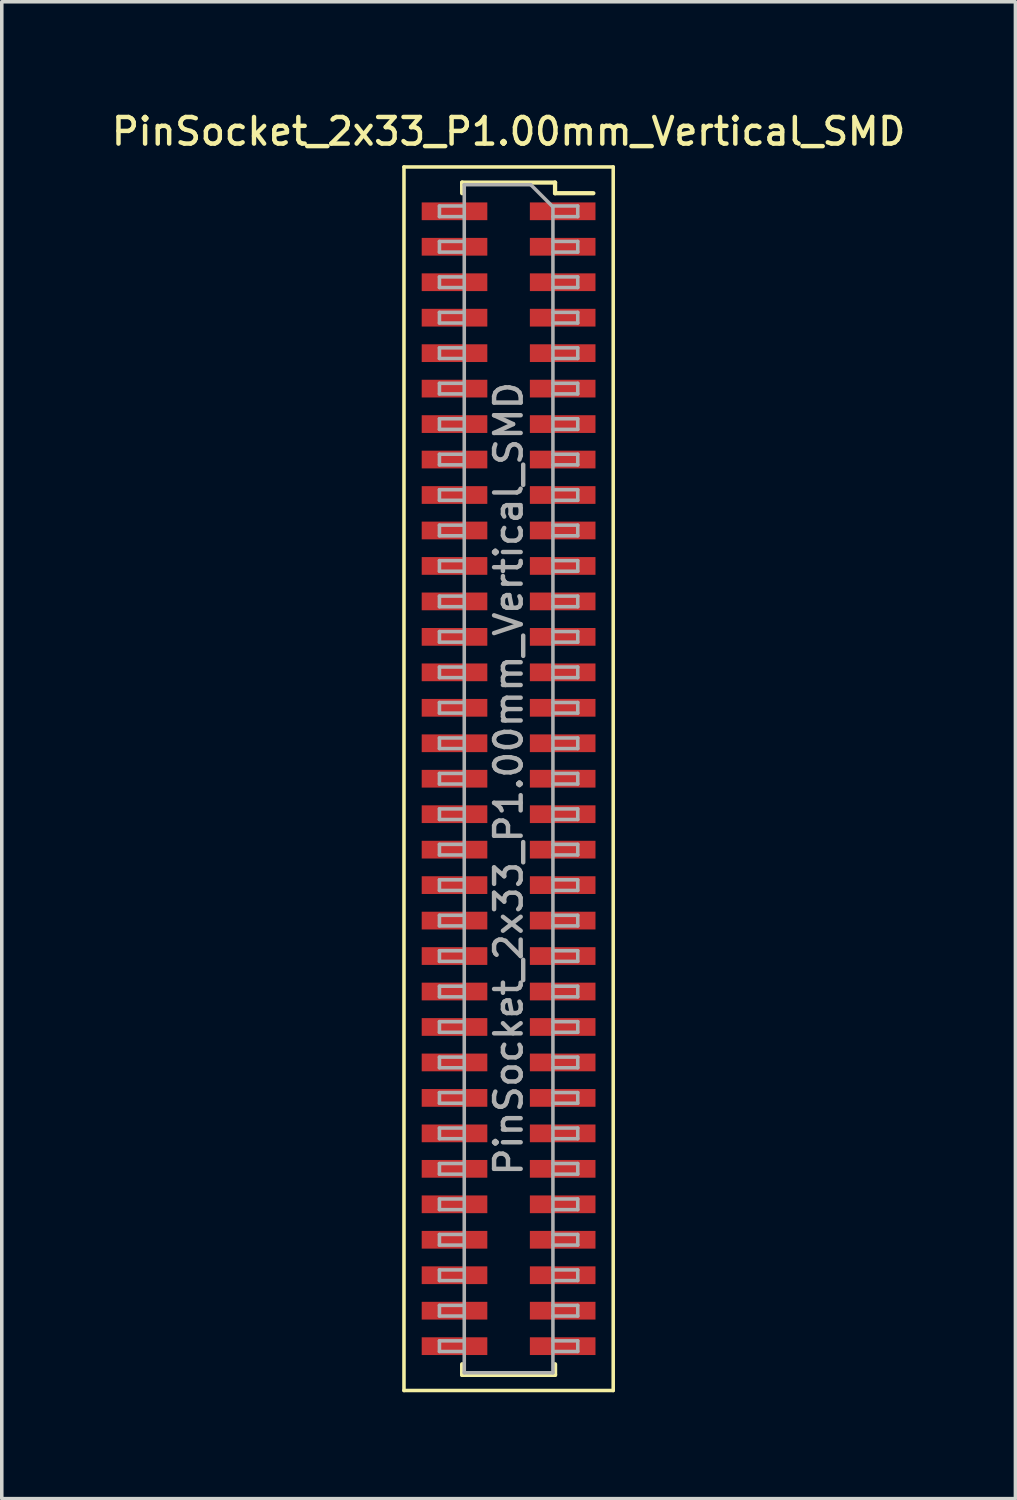
<source format=kicad_pcb>
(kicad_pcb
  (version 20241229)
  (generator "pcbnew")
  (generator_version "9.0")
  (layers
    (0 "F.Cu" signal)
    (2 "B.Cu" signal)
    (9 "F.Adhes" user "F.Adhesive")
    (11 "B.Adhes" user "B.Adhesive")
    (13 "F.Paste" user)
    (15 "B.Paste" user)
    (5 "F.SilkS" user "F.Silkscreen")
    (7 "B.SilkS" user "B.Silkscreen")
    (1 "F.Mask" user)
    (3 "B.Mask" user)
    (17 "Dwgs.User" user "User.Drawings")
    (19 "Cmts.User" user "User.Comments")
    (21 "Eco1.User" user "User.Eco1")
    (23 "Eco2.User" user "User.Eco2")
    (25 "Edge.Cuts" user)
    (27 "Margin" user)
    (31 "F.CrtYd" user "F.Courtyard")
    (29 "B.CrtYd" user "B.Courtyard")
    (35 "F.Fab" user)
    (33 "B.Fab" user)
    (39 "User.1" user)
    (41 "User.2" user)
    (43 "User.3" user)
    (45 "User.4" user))
  (footprint "PinSocket_2x33_P1.00mm_Vertical_SMD"
    (layer "F.Cu")
    (at 11.291 18.908)
    (property "Reference" "PinSocket_2x33_P1.00mm_Vertical_SMD" (at 0 -18.25 0) (layer "F.SilkS") (effects (font (size 0.75 0.75) (thickness 0.125))))
    (attr smd)
    (fp_line (start -2.95 -17.25) (end 2.95 -17.25) (stroke (width 0.1) (type solid)) (layer "F.SilkS"))
    (fp_line (start -2.95 17.25) (end -2.95 -17.25) (stroke (width 0.1) (type solid)) (layer "F.SilkS"))
    (fp_line (start -1.31 -16.81) (end -1.31 -16.51) (stroke (width 0.12) (type solid)) (layer "F.SilkS"))
    (fp_line (start -1.31 -16.81) (end 1.31 -16.81) (stroke (width 0.12) (type solid)) (layer "F.SilkS"))
    (fp_line (start -1.31 16.51) (end -1.31 16.81) (stroke (width 0.12) (type solid)) (layer "F.SilkS"))
    (fp_line (start -1.31 16.81) (end 1.31 16.81) (stroke (width 0.12) (type solid)) (layer "F.SilkS"))
    (fp_line (start 1.31 -16.81) (end 1.31 -16.51) (stroke (width 0.12) (type solid)) (layer "F.SilkS"))
    (fp_line (start 1.31 -16.51) (end 2.39 -16.51) (stroke (width 0.12) (type solid)) (layer "F.SilkS"))
    (fp_line (start 1.31 16.51) (end 1.31 16.81) (stroke (width 0.12) (type solid)) (layer "F.SilkS"))
    (fp_line (start 2.95 -17.25) (end 2.95 17.25) (stroke (width 0.1) (type solid)) (layer "F.SilkS"))
    (fp_line (start 2.95 17.25) (end -2.95 17.25) (stroke (width 0.1) (type solid)) (layer "F.SilkS"))
    (fp_line (start -1.95 -16.15) (end -1.25 -16.15) (stroke (width 0.1) (type solid)) (layer "F.Fab"))
    (fp_line (start -1.95 -15.85) (end -1.95 -16.15) (stroke (width 0.1) (type solid)) (layer "F.Fab"))
    (fp_line (start -1.95 -15.15) (end -1.25 -15.15) (stroke (width 0.1) (type solid)) (layer "F.Fab"))
    (fp_line (start -1.95 -14.85) (end -1.95 -15.15) (stroke (width 0.1) (type solid)) (layer "F.Fab"))
    (fp_line (start -1.95 -14.15) (end -1.25 -14.15) (stroke (width 0.1) (type solid)) (layer "F.Fab"))
    (fp_line (start -1.95 -13.85) (end -1.95 -14.15) (stroke (width 0.1) (type solid)) (layer "F.Fab"))
    (fp_line (start -1.95 -13.15) (end -1.25 -13.15) (stroke (width 0.1) (type solid)) (layer "F.Fab"))
    (fp_line (start -1.95 -12.85) (end -1.95 -13.15) (stroke (width 0.1) (type solid)) (layer "F.Fab"))
    (fp_line (start -1.95 -12.15) (end -1.25 -12.15) (stroke (width 0.1) (type solid)) (layer "F.Fab"))
    (fp_line (start -1.95 -11.85) (end -1.95 -12.15) (stroke (width 0.1) (type solid)) (layer "F.Fab"))
    (fp_line (start -1.95 -11.15) (end -1.25 -11.15) (stroke (width 0.1) (type solid)) (layer "F.Fab"))
    (fp_line (start -1.95 -10.85) (end -1.95 -11.15) (stroke (width 0.1) (type solid)) (layer "F.Fab"))
    (fp_line (start -1.95 -10.15) (end -1.25 -10.15) (stroke (width 0.1) (type solid)) (layer "F.Fab"))
    (fp_line (start -1.95 -9.85) (end -1.95 -10.15) (stroke (width 0.1) (type solid)) (layer "F.Fab"))
    (fp_line (start -1.95 -9.15) (end -1.25 -9.15) (stroke (width 0.1) (type solid)) (layer "F.Fab"))
    (fp_line (start -1.95 -8.85) (end -1.95 -9.15) (stroke (width 0.1) (type solid)) (layer "F.Fab"))
    (fp_line (start -1.95 -8.15) (end -1.25 -8.15) (stroke (width 0.1) (type solid)) (layer "F.Fab"))
    (fp_line (start -1.95 -7.85) (end -1.95 -8.15) (stroke (width 0.1) (type solid)) (layer "F.Fab"))
    (fp_line (start -1.95 -7.15) (end -1.25 -7.15) (stroke (width 0.1) (type solid)) (layer "F.Fab"))
    (fp_line (start -1.95 -6.85) (end -1.95 -7.15) (stroke (width 0.1) (type solid)) (layer "F.Fab"))
    (fp_line (start -1.95 -6.15) (end -1.25 -6.15) (stroke (width 0.1) (type solid)) (layer "F.Fab"))
    (fp_line (start -1.95 -5.85) (end -1.95 -6.15) (stroke (width 0.1) (type solid)) (layer "F.Fab"))
    (fp_line (start -1.95 -5.15) (end -1.25 -5.15) (stroke (width 0.1) (type solid)) (layer "F.Fab"))
    (fp_line (start -1.95 -4.85) (end -1.95 -5.15) (stroke (width 0.1) (type solid)) (layer "F.Fab"))
    (fp_line (start -1.95 -4.15) (end -1.25 -4.15) (stroke (width 0.1) (type solid)) (layer "F.Fab"))
    (fp_line (start -1.95 -3.85) (end -1.95 -4.15) (stroke (width 0.1) (type solid)) (layer "F.Fab"))
    (fp_line (start -1.95 -3.15) (end -1.25 -3.15) (stroke (width 0.1) (type solid)) (layer "F.Fab"))
    (fp_line (start -1.95 -2.85) (end -1.95 -3.15) (stroke (width 0.1) (type solid)) (layer "F.Fab"))
    (fp_line (start -1.95 -2.15) (end -1.25 -2.15) (stroke (width 0.1) (type solid)) (layer "F.Fab"))
    (fp_line (start -1.95 -1.85) (end -1.95 -2.15) (stroke (width 0.1) (type solid)) (layer "F.Fab"))
    (fp_line (start -1.95 -1.15) (end -1.25 -1.15) (stroke (width 0.1) (type solid)) (layer "F.Fab"))
    (fp_line (start -1.95 -0.85) (end -1.95 -1.15) (stroke (width 0.1) (type solid)) (layer "F.Fab"))
    (fp_line (start -1.95 -0.15) (end -1.25 -0.15) (stroke (width 0.1) (type solid)) (layer "F.Fab"))
    (fp_line (start -1.95 0.15) (end -1.95 -0.15) (stroke (width 0.1) (type solid)) (layer "F.Fab"))
    (fp_line (start -1.95 0.85) (end -1.25 0.85) (stroke (width 0.1) (type solid)) (layer "F.Fab"))
    (fp_line (start -1.95 1.15) (end -1.95 0.85) (stroke (width 0.1) (type solid)) (layer "F.Fab"))
    (fp_line (start -1.95 1.85) (end -1.25 1.85) (stroke (width 0.1) (type solid)) (layer "F.Fab"))
    (fp_line (start -1.95 2.15) (end -1.95 1.85) (stroke (width 0.1) (type solid)) (layer "F.Fab"))
    (fp_line (start -1.95 2.85) (end -1.25 2.85) (stroke (width 0.1) (type solid)) (layer "F.Fab"))
    (fp_line (start -1.95 3.15) (end -1.95 2.85) (stroke (width 0.1) (type solid)) (layer "F.Fab"))
    (fp_line (start -1.95 3.85) (end -1.25 3.85) (stroke (width 0.1) (type solid)) (layer "F.Fab"))
    (fp_line (start -1.95 4.15) (end -1.95 3.85) (stroke (width 0.1) (type solid)) (layer "F.Fab"))
    (fp_line (start -1.95 4.85) (end -1.25 4.85) (stroke (width 0.1) (type solid)) (layer "F.Fab"))
    (fp_line (start -1.95 5.15) (end -1.95 4.85) (stroke (width 0.1) (type solid)) (layer "F.Fab"))
    (fp_line (start -1.95 5.85) (end -1.25 5.85) (stroke (width 0.1) (type solid)) (layer "F.Fab"))
    (fp_line (start -1.95 6.15) (end -1.95 5.85) (stroke (width 0.1) (type solid)) (layer "F.Fab"))
    (fp_line (start -1.95 6.85) (end -1.25 6.85) (stroke (width 0.1) (type solid)) (layer "F.Fab"))
    (fp_line (start -1.95 7.15) (end -1.95 6.85) (stroke (width 0.1) (type solid)) (layer "F.Fab"))
    (fp_line (start -1.95 7.85) (end -1.25 7.85) (stroke (width 0.1) (type solid)) (layer "F.Fab"))
    (fp_line (start -1.95 8.15) (end -1.95 7.85) (stroke (width 0.1) (type solid)) (layer "F.Fab"))
    (fp_line (start -1.95 8.85) (end -1.25 8.85) (stroke (width 0.1) (type solid)) (layer "F.Fab"))
    (fp_line (start -1.95 9.15) (end -1.95 8.85) (stroke (width 0.1) (type solid)) (layer "F.Fab"))
    (fp_line (start -1.95 9.85) (end -1.25 9.85) (stroke (width 0.1) (type solid)) (layer "F.Fab"))
    (fp_line (start -1.95 10.15) (end -1.95 9.85) (stroke (width 0.1) (type solid)) (layer "F.Fab"))
    (fp_line (start -1.95 10.85) (end -1.25 10.85) (stroke (width 0.1) (type solid)) (layer "F.Fab"))
    (fp_line (start -1.95 11.15) (end -1.95 10.85) (stroke (width 0.1) (type solid)) (layer "F.Fab"))
    (fp_line (start -1.95 11.85) (end -1.25 11.85) (stroke (width 0.1) (type solid)) (layer "F.Fab"))
    (fp_line (start -1.95 12.15) (end -1.95 11.85) (stroke (width 0.1) (type solid)) (layer "F.Fab"))
    (fp_line (start -1.95 12.85) (end -1.25 12.85) (stroke (width 0.1) (type solid)) (layer "F.Fab"))
    (fp_line (start -1.95 13.15) (end -1.95 12.85) (stroke (width 0.1) (type solid)) (layer "F.Fab"))
    (fp_line (start -1.95 13.85) (end -1.25 13.85) (stroke (width 0.1) (type solid)) (layer "F.Fab"))
    (fp_line (start -1.95 14.15) (end -1.95 13.85) (stroke (width 0.1) (type solid)) (layer "F.Fab"))
    (fp_line (start -1.95 14.85) (end -1.25 14.85) (stroke (width 0.1) (type solid)) (layer "F.Fab"))
    (fp_line (start -1.95 15.15) (end -1.95 14.85) (stroke (width 0.1) (type solid)) (layer "F.Fab"))
    (fp_line (start -1.95 15.85) (end -1.25 15.85) (stroke (width 0.1) (type solid)) (layer "F.Fab"))
    (fp_line (start -1.95 16.15) (end -1.95 15.85) (stroke (width 0.1) (type solid)) (layer "F.Fab"))
    (fp_line (start -1.25 -16.75) (end 0.625 -16.75) (stroke (width 0.1) (type solid)) (layer "F.Fab"))
    (fp_line (start -1.25 -15.85) (end -1.95 -15.85) (stroke (width 0.1) (type solid)) (layer "F.Fab"))
    (fp_line (start -1.25 -14.85) (end -1.95 -14.85) (stroke (width 0.1) (type solid)) (layer "F.Fab"))
    (fp_line (start -1.25 -13.85) (end -1.95 -13.85) (stroke (width 0.1) (type solid)) (layer "F.Fab"))
    (fp_line (start -1.25 -12.85) (end -1.95 -12.85) (stroke (width 0.1) (type solid)) (layer "F.Fab"))
    (fp_line (start -1.25 -11.85) (end -1.95 -11.85) (stroke (width 0.1) (type solid)) (layer "F.Fab"))
    (fp_line (start -1.25 -10.85) (end -1.95 -10.85) (stroke (width 0.1) (type solid)) (layer "F.Fab"))
    (fp_line (start -1.25 -9.85) (end -1.95 -9.85) (stroke (width 0.1) (type solid)) (layer "F.Fab"))
    (fp_line (start -1.25 -8.85) (end -1.95 -8.85) (stroke (width 0.1) (type solid)) (layer "F.Fab"))
    (fp_line (start -1.25 -7.85) (end -1.95 -7.85) (stroke (width 0.1) (type solid)) (layer "F.Fab"))
    (fp_line (start -1.25 -6.85) (end -1.95 -6.85) (stroke (width 0.1) (type solid)) (layer "F.Fab"))
    (fp_line (start -1.25 -5.85) (end -1.95 -5.85) (stroke (width 0.1) (type solid)) (layer "F.Fab"))
    (fp_line (start -1.25 -4.85) (end -1.95 -4.85) (stroke (width 0.1) (type solid)) (layer "F.Fab"))
    (fp_line (start -1.25 -3.85) (end -1.95 -3.85) (stroke (width 0.1) (type solid)) (layer "F.Fab"))
    (fp_line (start -1.25 -2.85) (end -1.95 -2.85) (stroke (width 0.1) (type solid)) (layer "F.Fab"))
    (fp_line (start -1.25 -1.85) (end -1.95 -1.85) (stroke (width 0.1) (type solid)) (layer "F.Fab"))
    (fp_line (start -1.25 -0.85) (end -1.95 -0.85) (stroke (width 0.1) (type solid)) (layer "F.Fab"))
    (fp_line (start -1.25 0.15) (end -1.95 0.15) (stroke (width 0.1) (type solid)) (layer "F.Fab"))
    (fp_line (start -1.25 1.15) (end -1.95 1.15) (stroke (width 0.1) (type solid)) (layer "F.Fab"))
    (fp_line (start -1.25 2.15) (end -1.95 2.15) (stroke (width 0.1) (type solid)) (layer "F.Fab"))
    (fp_line (start -1.25 3.15) (end -1.95 3.15) (stroke (width 0.1) (type solid)) (layer "F.Fab"))
    (fp_line (start -1.25 4.15) (end -1.95 4.15) (stroke (width 0.1) (type solid)) (layer "F.Fab"))
    (fp_line (start -1.25 5.15) (end -1.95 5.15) (stroke (width 0.1) (type solid)) (layer "F.Fab"))
    (fp_line (start -1.25 6.15) (end -1.95 6.15) (stroke (width 0.1) (type solid)) (layer "F.Fab"))
    (fp_line (start -1.25 7.15) (end -1.95 7.15) (stroke (width 0.1) (type solid)) (layer "F.Fab"))
    (fp_line (start -1.25 8.15) (end -1.95 8.15) (stroke (width 0.1) (type solid)) (layer "F.Fab"))
    (fp_line (start -1.25 9.15) (end -1.95 9.15) (stroke (width 0.1) (type solid)) (layer "F.Fab"))
    (fp_line (start -1.25 10.15) (end -1.95 10.15) (stroke (width 0.1) (type solid)) (layer "F.Fab"))
    (fp_line (start -1.25 11.15) (end -1.95 11.15) (stroke (width 0.1) (type solid)) (layer "F.Fab"))
    (fp_line (start -1.25 12.15) (end -1.95 12.15) (stroke (width 0.1) (type solid)) (layer "F.Fab"))
    (fp_line (start -1.25 13.15) (end -1.95 13.15) (stroke (width 0.1) (type solid)) (layer "F.Fab"))
    (fp_line (start -1.25 14.15) (end -1.95 14.15) (stroke (width 0.1) (type solid)) (layer "F.Fab"))
    (fp_line (start -1.25 15.15) (end -1.95 15.15) (stroke (width 0.1) (type solid)) (layer "F.Fab"))
    (fp_line (start -1.25 16.15) (end -1.95 16.15) (stroke (width 0.1) (type solid)) (layer "F.Fab"))
    (fp_line (start -1.25 16.75) (end -1.25 -16.75) (stroke (width 0.1) (type solid)) (layer "F.Fab"))
    (fp_line (start 0.625 -16.75) (end 1.25 -16.125) (stroke (width 0.1) (type solid)) (layer "F.Fab"))
    (fp_line (start 1.25 -16.15) (end 1.95 -16.15) (stroke (width 0.1) (type solid)) (layer "F.Fab"))
    (fp_line (start 1.25 -16.125) (end 1.25 16.75) (stroke (width 0.1) (type solid)) (layer "F.Fab"))
    (fp_line (start 1.25 -15.15) (end 1.95 -15.15) (stroke (width 0.1) (type solid)) (layer "F.Fab"))
    (fp_line (start 1.25 -14.15) (end 1.95 -14.15) (stroke (width 0.1) (type solid)) (layer "F.Fab"))
    (fp_line (start 1.25 -13.15) (end 1.95 -13.15) (stroke (width 0.1) (type solid)) (layer "F.Fab"))
    (fp_line (start 1.25 -12.15) (end 1.95 -12.15) (stroke (width 0.1) (type solid)) (layer "F.Fab"))
    (fp_line (start 1.25 -11.15) (end 1.95 -11.15) (stroke (width 0.1) (type solid)) (layer "F.Fab"))
    (fp_line (start 1.25 -10.15) (end 1.95 -10.15) (stroke (width 0.1) (type solid)) (layer "F.Fab"))
    (fp_line (start 1.25 -9.15) (end 1.95 -9.15) (stroke (width 0.1) (type solid)) (layer "F.Fab"))
    (fp_line (start 1.25 -8.15) (end 1.95 -8.15) (stroke (width 0.1) (type solid)) (layer "F.Fab"))
    (fp_line (start 1.25 -7.15) (end 1.95 -7.15) (stroke (width 0.1) (type solid)) (layer "F.Fab"))
    (fp_line (start 1.25 -6.15) (end 1.95 -6.15) (stroke (width 0.1) (type solid)) (layer "F.Fab"))
    (fp_line (start 1.25 -5.15) (end 1.95 -5.15) (stroke (width 0.1) (type solid)) (layer "F.Fab"))
    (fp_line (start 1.25 -4.15) (end 1.95 -4.15) (stroke (width 0.1) (type solid)) (layer "F.Fab"))
    (fp_line (start 1.25 -3.15) (end 1.95 -3.15) (stroke (width 0.1) (type solid)) (layer "F.Fab"))
    (fp_line (start 1.25 -2.15) (end 1.95 -2.15) (stroke (width 0.1) (type solid)) (layer "F.Fab"))
    (fp_line (start 1.25 -1.15) (end 1.95 -1.15) (stroke (width 0.1) (type solid)) (layer "F.Fab"))
    (fp_line (start 1.25 -0.15) (end 1.95 -0.15) (stroke (width 0.1) (type solid)) (layer "F.Fab"))
    (fp_line (start 1.25 0.85) (end 1.95 0.85) (stroke (width 0.1) (type solid)) (layer "F.Fab"))
    (fp_line (start 1.25 1.85) (end 1.95 1.85) (stroke (width 0.1) (type solid)) (layer "F.Fab"))
    (fp_line (start 1.25 2.85) (end 1.95 2.85) (stroke (width 0.1) (type solid)) (layer "F.Fab"))
    (fp_line (start 1.25 3.85) (end 1.95 3.85) (stroke (width 0.1) (type solid)) (layer "F.Fab"))
    (fp_line (start 1.25 4.85) (end 1.95 4.85) (stroke (width 0.1) (type solid)) (layer "F.Fab"))
    (fp_line (start 1.25 5.85) (end 1.95 5.85) (stroke (width 0.1) (type solid)) (layer "F.Fab"))
    (fp_line (start 1.25 6.85) (end 1.95 6.85) (stroke (width 0.1) (type solid)) (layer "F.Fab"))
    (fp_line (start 1.25 7.85) (end 1.95 7.85) (stroke (width 0.1) (type solid)) (layer "F.Fab"))
    (fp_line (start 1.25 8.85) (end 1.95 8.85) (stroke (width 0.1) (type solid)) (layer "F.Fab"))
    (fp_line (start 1.25 9.85) (end 1.95 9.85) (stroke (width 0.1) (type solid)) (layer "F.Fab"))
    (fp_line (start 1.25 10.85) (end 1.95 10.85) (stroke (width 0.1) (type solid)) (layer "F.Fab"))
    (fp_line (start 1.25 11.85) (end 1.95 11.85) (stroke (width 0.1) (type solid)) (layer "F.Fab"))
    (fp_line (start 1.25 12.85) (end 1.95 12.85) (stroke (width 0.1) (type solid)) (layer "F.Fab"))
    (fp_line (start 1.25 13.85) (end 1.95 13.85) (stroke (width 0.1) (type solid)) (layer "F.Fab"))
    (fp_line (start 1.25 14.85) (end 1.95 14.85) (stroke (width 0.1) (type solid)) (layer "F.Fab"))
    (fp_line (start 1.25 15.85) (end 1.95 15.85) (stroke (width 0.1) (type solid)) (layer "F.Fab"))
    (fp_line (start 1.25 16.75) (end -1.25 16.75) (stroke (width 0.1) (type solid)) (layer "F.Fab"))
    (fp_line (start 1.95 -16.15) (end 1.95 -15.85) (stroke (width 0.1) (type solid)) (layer "F.Fab"))
    (fp_line (start 1.95 -15.85) (end 1.25 -15.85) (stroke (width 0.1) (type solid)) (layer "F.Fab"))
    (fp_line (start 1.95 -15.15) (end 1.95 -14.85) (stroke (width 0.1) (type solid)) (layer "F.Fab"))
    (fp_line (start 1.95 -14.85) (end 1.25 -14.85) (stroke (width 0.1) (type solid)) (layer "F.Fab"))
    (fp_line (start 1.95 -14.15) (end 1.95 -13.85) (stroke (width 0.1) (type solid)) (layer "F.Fab"))
    (fp_line (start 1.95 -13.85) (end 1.25 -13.85) (stroke (width 0.1) (type solid)) (layer "F.Fab"))
    (fp_line (start 1.95 -13.15) (end 1.95 -12.85) (stroke (width 0.1) (type solid)) (layer "F.Fab"))
    (fp_line (start 1.95 -12.85) (end 1.25 -12.85) (stroke (width 0.1) (type solid)) (layer "F.Fab"))
    (fp_line (start 1.95 -12.15) (end 1.95 -11.85) (stroke (width 0.1) (type solid)) (layer "F.Fab"))
    (fp_line (start 1.95 -11.85) (end 1.25 -11.85) (stroke (width 0.1) (type solid)) (layer "F.Fab"))
    (fp_line (start 1.95 -11.15) (end 1.95 -10.85) (stroke (width 0.1) (type solid)) (layer "F.Fab"))
    (fp_line (start 1.95 -10.85) (end 1.25 -10.85) (stroke (width 0.1) (type solid)) (layer "F.Fab"))
    (fp_line (start 1.95 -10.15) (end 1.95 -9.85) (stroke (width 0.1) (type solid)) (layer "F.Fab"))
    (fp_line (start 1.95 -9.85) (end 1.25 -9.85) (stroke (width 0.1) (type solid)) (layer "F.Fab"))
    (fp_line (start 1.95 -9.15) (end 1.95 -8.85) (stroke (width 0.1) (type solid)) (layer "F.Fab"))
    (fp_line (start 1.95 -8.85) (end 1.25 -8.85) (stroke (width 0.1) (type solid)) (layer "F.Fab"))
    (fp_line (start 1.95 -8.15) (end 1.95 -7.85) (stroke (width 0.1) (type solid)) (layer "F.Fab"))
    (fp_line (start 1.95 -7.85) (end 1.25 -7.85) (stroke (width 0.1) (type solid)) (layer "F.Fab"))
    (fp_line (start 1.95 -7.15) (end 1.95 -6.85) (stroke (width 0.1) (type solid)) (layer "F.Fab"))
    (fp_line (start 1.95 -6.85) (end 1.25 -6.85) (stroke (width 0.1) (type solid)) (layer "F.Fab"))
    (fp_line (start 1.95 -6.15) (end 1.95 -5.85) (stroke (width 0.1) (type solid)) (layer "F.Fab"))
    (fp_line (start 1.95 -5.85) (end 1.25 -5.85) (stroke (width 0.1) (type solid)) (layer "F.Fab"))
    (fp_line (start 1.95 -5.15) (end 1.95 -4.85) (stroke (width 0.1) (type solid)) (layer "F.Fab"))
    (fp_line (start 1.95 -4.85) (end 1.25 -4.85) (stroke (width 0.1) (type solid)) (layer "F.Fab"))
    (fp_line (start 1.95 -4.15) (end 1.95 -3.85) (stroke (width 0.1) (type solid)) (layer "F.Fab"))
    (fp_line (start 1.95 -3.85) (end 1.25 -3.85) (stroke (width 0.1) (type solid)) (layer "F.Fab"))
    (fp_line (start 1.95 -3.15) (end 1.95 -2.85) (stroke (width 0.1) (type solid)) (layer "F.Fab"))
    (fp_line (start 1.95 -2.85) (end 1.25 -2.85) (stroke (width 0.1) (type solid)) (layer "F.Fab"))
    (fp_line (start 1.95 -2.15) (end 1.95 -1.85) (stroke (width 0.1) (type solid)) (layer "F.Fab"))
    (fp_line (start 1.95 -1.85) (end 1.25 -1.85) (stroke (width 0.1) (type solid)) (layer "F.Fab"))
    (fp_line (start 1.95 -1.15) (end 1.95 -0.85) (stroke (width 0.1) (type solid)) (layer "F.Fab"))
    (fp_line (start 1.95 -0.85) (end 1.25 -0.85) (stroke (width 0.1) (type solid)) (layer "F.Fab"))
    (fp_line (start 1.95 -0.15) (end 1.95 0.15) (stroke (width 0.1) (type solid)) (layer "F.Fab"))
    (fp_line (start 1.95 0.15) (end 1.25 0.15) (stroke (width 0.1) (type solid)) (layer "F.Fab"))
    (fp_line (start 1.95 0.85) (end 1.95 1.15) (stroke (width 0.1) (type solid)) (layer "F.Fab"))
    (fp_line (start 1.95 1.15) (end 1.25 1.15) (stroke (width 0.1) (type solid)) (layer "F.Fab"))
    (fp_line (start 1.95 1.85) (end 1.95 2.15) (stroke (width 0.1) (type solid)) (layer "F.Fab"))
    (fp_line (start 1.95 2.15) (end 1.25 2.15) (stroke (width 0.1) (type solid)) (layer "F.Fab"))
    (fp_line (start 1.95 2.85) (end 1.95 3.15) (stroke (width 0.1) (type solid)) (layer "F.Fab"))
    (fp_line (start 1.95 3.15) (end 1.25 3.15) (stroke (width 0.1) (type solid)) (layer "F.Fab"))
    (fp_line (start 1.95 3.85) (end 1.95 4.15) (stroke (width 0.1) (type solid)) (layer "F.Fab"))
    (fp_line (start 1.95 4.15) (end 1.25 4.15) (stroke (width 0.1) (type solid)) (layer "F.Fab"))
    (fp_line (start 1.95 4.85) (end 1.95 5.15) (stroke (width 0.1) (type solid)) (layer "F.Fab"))
    (fp_line (start 1.95 5.15) (end 1.25 5.15) (stroke (width 0.1) (type solid)) (layer "F.Fab"))
    (fp_line (start 1.95 5.85) (end 1.95 6.15) (stroke (width 0.1) (type solid)) (layer "F.Fab"))
    (fp_line (start 1.95 6.15) (end 1.25 6.15) (stroke (width 0.1) (type solid)) (layer "F.Fab"))
    (fp_line (start 1.95 6.85) (end 1.95 7.15) (stroke (width 0.1) (type solid)) (layer "F.Fab"))
    (fp_line (start 1.95 7.15) (end 1.25 7.15) (stroke (width 0.1) (type solid)) (layer "F.Fab"))
    (fp_line (start 1.95 7.85) (end 1.95 8.15) (stroke (width 0.1) (type solid)) (layer "F.Fab"))
    (fp_line (start 1.95 8.15) (end 1.25 8.15) (stroke (width 0.1) (type solid)) (layer "F.Fab"))
    (fp_line (start 1.95 8.85) (end 1.95 9.15) (stroke (width 0.1) (type solid)) (layer "F.Fab"))
    (fp_line (start 1.95 9.15) (end 1.25 9.15) (stroke (width 0.1) (type solid)) (layer "F.Fab"))
    (fp_line (start 1.95 9.85) (end 1.95 10.15) (stroke (width 0.1) (type solid)) (layer "F.Fab"))
    (fp_line (start 1.95 10.15) (end 1.25 10.15) (stroke (width 0.1) (type solid)) (layer "F.Fab"))
    (fp_line (start 1.95 10.85) (end 1.95 11.15) (stroke (width 0.1) (type solid)) (layer "F.Fab"))
    (fp_line (start 1.95 11.15) (end 1.25 11.15) (stroke (width 0.1) (type solid)) (layer "F.Fab"))
    (fp_line (start 1.95 11.85) (end 1.95 12.15) (stroke (width 0.1) (type solid)) (layer "F.Fab"))
    (fp_line (start 1.95 12.15) (end 1.25 12.15) (stroke (width 0.1) (type solid)) (layer "F.Fab"))
    (fp_line (start 1.95 12.85) (end 1.95 13.15) (stroke (width 0.1) (type solid)) (layer "F.Fab"))
    (fp_line (start 1.95 13.15) (end 1.25 13.15) (stroke (width 0.1) (type solid)) (layer "F.Fab"))
    (fp_line (start 1.95 13.85) (end 1.95 14.15) (stroke (width 0.1) (type solid)) (layer "F.Fab"))
    (fp_line (start 1.95 14.15) (end 1.25 14.15) (stroke (width 0.1) (type solid)) (layer "F.Fab"))
    (fp_line (start 1.95 14.85) (end 1.95 15.15) (stroke (width 0.1) (type solid)) (layer "F.Fab"))
    (fp_line (start 1.95 15.15) (end 1.25 15.15) (stroke (width 0.1) (type solid)) (layer "F.Fab"))
    (fp_line (start 1.95 15.85) (end 1.95 16.15) (stroke (width 0.1) (type solid)) (layer "F.Fab"))
    (fp_line (start 1.95 16.15) (end 1.25 16.15) (stroke (width 0.1) (type solid)) (layer "F.Fab"))
    (fp_text user "${REFERENCE}" (at 0 0 90) (layer "F.Fab") (effects (font (size 0.75 0.75) (thickness 0.125))))
    (pad "1" smd rect (at 1.525 -16) (size 1.85 0.5) (layers "F.Cu" "F.Mask" "F.Paste"))
    (pad "2" smd rect (at -1.525 -16) (size 1.85 0.5) (layers "F.Cu" "F.Mask" "F.Paste"))
    (pad "3" smd rect (at 1.525 -15) (size 1.85 0.5) (layers "F.Cu" "F.Mask" "F.Paste"))
    (pad "4" smd rect (at -1.525 -15) (size 1.85 0.5) (layers "F.Cu" "F.Mask" "F.Paste"))
    (pad "5" smd rect (at 1.525 -14) (size 1.85 0.5) (layers "F.Cu" "F.Mask" "F.Paste"))
    (pad "6" smd rect (at -1.525 -14) (size 1.85 0.5) (layers "F.Cu" "F.Mask" "F.Paste"))
    (pad "7" smd rect (at 1.525 -13) (size 1.85 0.5) (layers "F.Cu" "F.Mask" "F.Paste"))
    (pad "8" smd rect (at -1.525 -13) (size 1.85 0.5) (layers "F.Cu" "F.Mask" "F.Paste"))
    (pad "9" smd rect (at 1.525 -12) (size 1.85 0.5) (layers "F.Cu" "F.Mask" "F.Paste"))
    (pad "10" smd rect (at -1.525 -12) (size 1.85 0.5) (layers "F.Cu" "F.Mask" "F.Paste"))
    (pad "11" smd rect (at 1.525 -11) (size 1.85 0.5) (layers "F.Cu" "F.Mask" "F.Paste"))
    (pad "12" smd rect (at -1.525 -11) (size 1.85 0.5) (layers "F.Cu" "F.Mask" "F.Paste"))
    (pad "13" smd rect (at 1.525 -10) (size 1.85 0.5) (layers "F.Cu" "F.Mask" "F.Paste"))
    (pad "14" smd rect (at -1.525 -10) (size 1.85 0.5) (layers "F.Cu" "F.Mask" "F.Paste"))
    (pad "15" smd rect (at 1.525 -9) (size 1.85 0.5) (layers "F.Cu" "F.Mask" "F.Paste"))
    (pad "16" smd rect (at -1.525 -9) (size 1.85 0.5) (layers "F.Cu" "F.Mask" "F.Paste"))
    (pad "17" smd rect (at 1.525 -8) (size 1.85 0.5) (layers "F.Cu" "F.Mask" "F.Paste"))
    (pad "18" smd rect (at -1.525 -8) (size 1.85 0.5) (layers "F.Cu" "F.Mask" "F.Paste"))
    (pad "19" smd rect (at 1.525 -7) (size 1.85 0.5) (layers "F.Cu" "F.Mask" "F.Paste"))
    (pad "20" smd rect (at -1.525 -7) (size 1.85 0.5) (layers "F.Cu" "F.Mask" "F.Paste"))
    (pad "21" smd rect (at 1.525 -6) (size 1.85 0.5) (layers "F.Cu" "F.Mask" "F.Paste"))
    (pad "22" smd rect (at -1.525 -6) (size 1.85 0.5) (layers "F.Cu" "F.Mask" "F.Paste"))
    (pad "23" smd rect (at 1.525 -5) (size 1.85 0.5) (layers "F.Cu" "F.Mask" "F.Paste"))
    (pad "24" smd rect (at -1.525 -5) (size 1.85 0.5) (layers "F.Cu" "F.Mask" "F.Paste"))
    (pad "25" smd rect (at 1.525 -4) (size 1.85 0.5) (layers "F.Cu" "F.Mask" "F.Paste"))
    (pad "26" smd rect (at -1.525 -4) (size 1.85 0.5) (layers "F.Cu" "F.Mask" "F.Paste"))
    (pad "27" smd rect (at 1.525 -3) (size 1.85 0.5) (layers "F.Cu" "F.Mask" "F.Paste"))
    (pad "28" smd rect (at -1.525 -3) (size 1.85 0.5) (layers "F.Cu" "F.Mask" "F.Paste"))
    (pad "29" smd rect (at 1.525 -2) (size 1.85 0.5) (layers "F.Cu" "F.Mask" "F.Paste"))
    (pad "30" smd rect (at -1.525 -2) (size 1.85 0.5) (layers "F.Cu" "F.Mask" "F.Paste"))
    (pad "31" smd rect (at 1.525 -1) (size 1.85 0.5) (layers "F.Cu" "F.Mask" "F.Paste"))
    (pad "32" smd rect (at -1.525 -1) (size 1.85 0.5) (layers "F.Cu" "F.Mask" "F.Paste"))
    (pad "33" smd rect (at 1.525 0) (size 1.85 0.5) (layers "F.Cu" "F.Mask" "F.Paste"))
    (pad "34" smd rect (at -1.525 0) (size 1.85 0.5) (layers "F.Cu" "F.Mask" "F.Paste"))
    (pad "35" smd rect (at 1.525 1) (size 1.85 0.5) (layers "F.Cu" "F.Mask" "F.Paste"))
    (pad "36" smd rect (at -1.525 1) (size 1.85 0.5) (layers "F.Cu" "F.Mask" "F.Paste"))
    (pad "37" smd rect (at 1.525 2) (size 1.85 0.5) (layers "F.Cu" "F.Mask" "F.Paste"))
    (pad "38" smd rect (at -1.525 2) (size 1.85 0.5) (layers "F.Cu" "F.Mask" "F.Paste"))
    (pad "39" smd rect (at 1.525 3) (size 1.85 0.5) (layers "F.Cu" "F.Mask" "F.Paste"))
    (pad "40" smd rect (at -1.525 3) (size 1.85 0.5) (layers "F.Cu" "F.Mask" "F.Paste"))
    (pad "41" smd rect (at 1.525 4) (size 1.85 0.5) (layers "F.Cu" "F.Mask" "F.Paste"))
    (pad "42" smd rect (at -1.525 4) (size 1.85 0.5) (layers "F.Cu" "F.Mask" "F.Paste"))
    (pad "43" smd rect (at 1.525 5) (size 1.85 0.5) (layers "F.Cu" "F.Mask" "F.Paste"))
    (pad "44" smd rect (at -1.525 5) (size 1.85 0.5) (layers "F.Cu" "F.Mask" "F.Paste"))
    (pad "45" smd rect (at 1.525 6) (size 1.85 0.5) (layers "F.Cu" "F.Mask" "F.Paste"))
    (pad "46" smd rect (at -1.525 6) (size 1.85 0.5) (layers "F.Cu" "F.Mask" "F.Paste"))
    (pad "47" smd rect (at 1.525 7) (size 1.85 0.5) (layers "F.Cu" "F.Mask" "F.Paste"))
    (pad "48" smd rect (at -1.525 7) (size 1.85 0.5) (layers "F.Cu" "F.Mask" "F.Paste"))
    (pad "49" smd rect (at 1.525 8) (size 1.85 0.5) (layers "F.Cu" "F.Mask" "F.Paste"))
    (pad "50" smd rect (at -1.525 8) (size 1.85 0.5) (layers "F.Cu" "F.Mask" "F.Paste"))
    (pad "51" smd rect (at 1.525 9) (size 1.85 0.5) (layers "F.Cu" "F.Mask" "F.Paste"))
    (pad "52" smd rect (at -1.525 9) (size 1.85 0.5) (layers "F.Cu" "F.Mask" "F.Paste"))
    (pad "53" smd rect (at 1.525 10) (size 1.85 0.5) (layers "F.Cu" "F.Mask" "F.Paste"))
    (pad "54" smd rect (at -1.525 10) (size 1.85 0.5) (layers "F.Cu" "F.Mask" "F.Paste"))
    (pad "55" smd rect (at 1.525 11) (size 1.85 0.5) (layers "F.Cu" "F.Mask" "F.Paste"))
    (pad "56" smd rect (at -1.525 11) (size 1.85 0.5) (layers "F.Cu" "F.Mask" "F.Paste"))
    (pad "57" smd rect (at 1.525 12) (size 1.85 0.5) (layers "F.Cu" "F.Mask" "F.Paste"))
    (pad "58" smd rect (at -1.525 12) (size 1.85 0.5) (layers "F.Cu" "F.Mask" "F.Paste"))
    (pad "59" smd rect (at 1.525 13) (size 1.85 0.5) (layers "F.Cu" "F.Mask" "F.Paste"))
    (pad "60" smd rect (at -1.525 13) (size 1.85 0.5) (layers "F.Cu" "F.Mask" "F.Paste"))
    (pad "61" smd rect (at 1.525 14) (size 1.85 0.5) (layers "F.Cu" "F.Mask" "F.Paste"))
    (pad "62" smd rect (at -1.525 14) (size 1.85 0.5) (layers "F.Cu" "F.Mask" "F.Paste"))
    (pad "63" smd rect (at 1.525 15) (size 1.85 0.5) (layers "F.Cu" "F.Mask" "F.Paste"))
    (pad "64" smd rect (at -1.525 15) (size 1.85 0.5) (layers "F.Cu" "F.Mask" "F.Paste"))
    (pad "65" smd rect (at 1.525 16) (size 1.85 0.5) (layers "F.Cu" "F.Mask" "F.Paste"))
    (pad "66" smd rect (at -1.525 16) (size 1.85 0.5) (layers "F.Cu" "F.Mask" "F.Paste")))
  (gr_rect
    (start -3 -3)
    (end 25.582 39.208)
    (stroke (width 0.1) (type default))
    (fill no)
    (layer "Edge.Cuts")))
</source>
